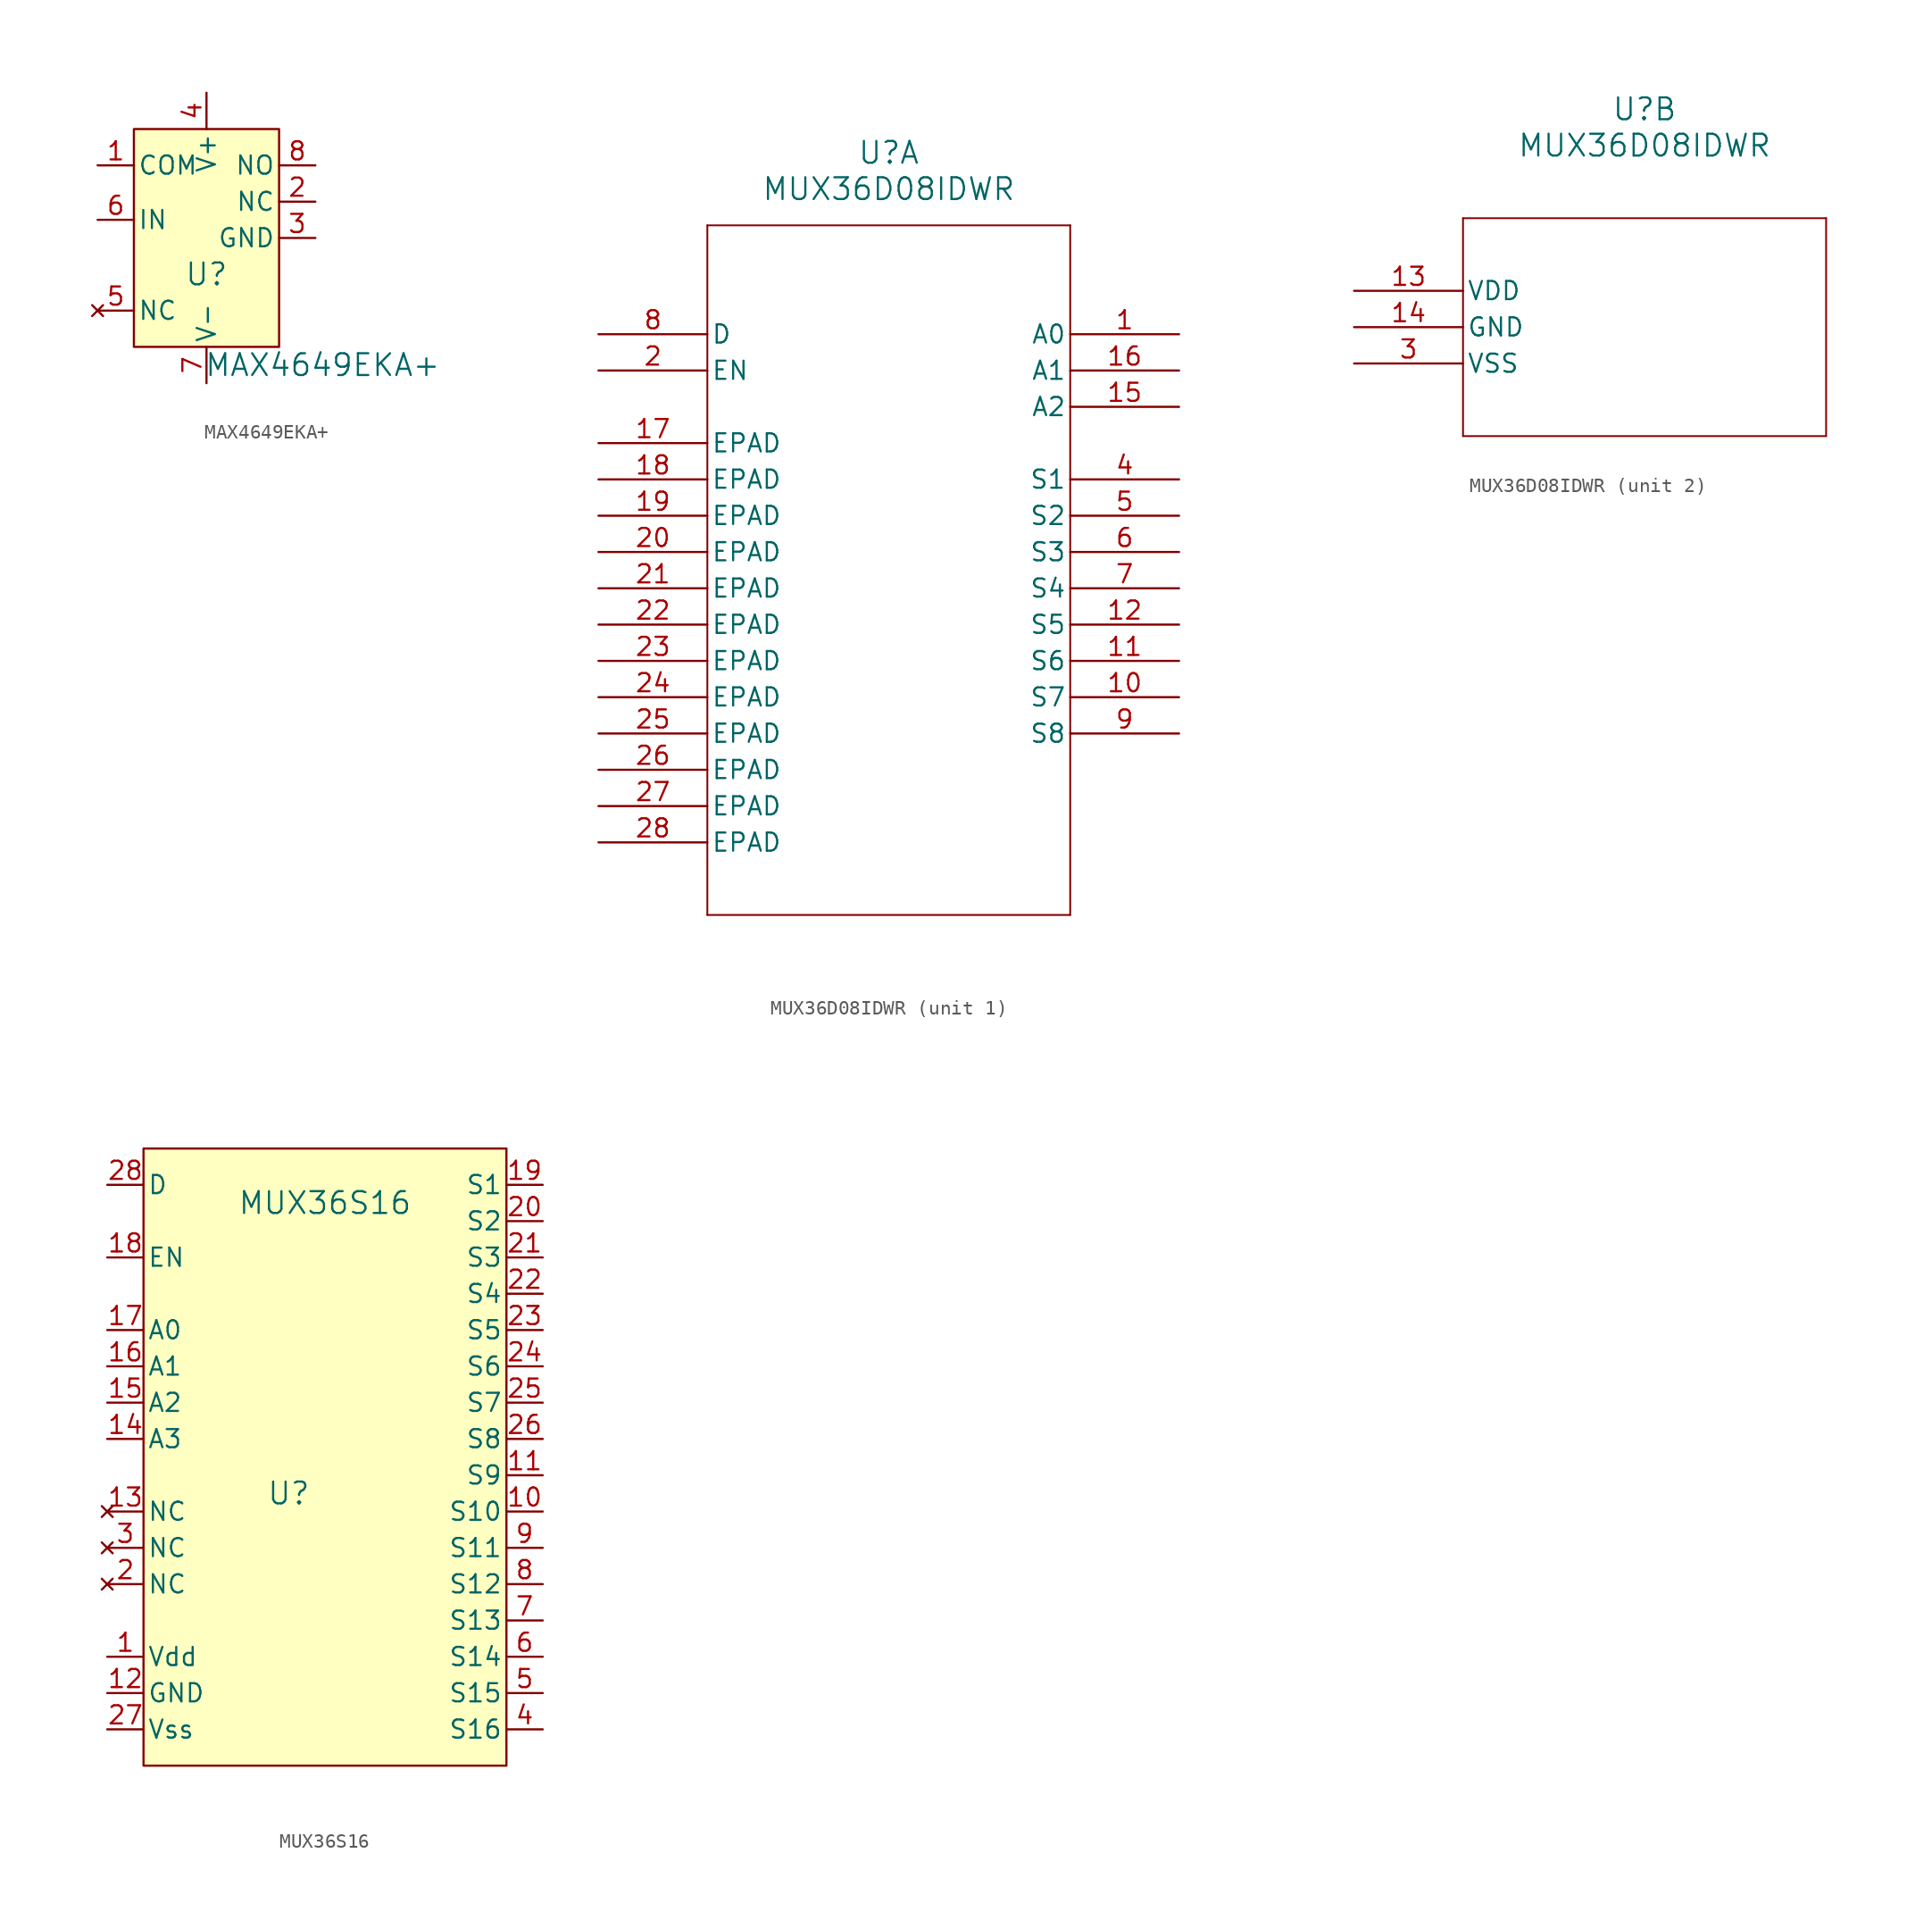
<source format=kicad_sym>
(kicad_symbol_lib
  (version 20241209)
  (generator "kicad_symbol_editor")
  (generator_version "9.0")
  (symbol "MAX4649EKA+"
    (pin_names
      (offset 0.254))
    (property "Reference" "U"
      (at 0 -2.54 0)
      (effects (font (size 1.524 1.524))))
    (property "Value" "MAX4649EKA+"
      (at 8.128 -8.89 0)
      (effects (font (size 1.524 1.524))))
    (symbol "MAX4649EKA+_0_1"
      (pin passive line (at -7.62 5.08 0) (length 2.54) (name "COM" (effects (font (size 1.27 1.27)))) (number "1" (effects (font (size 1.27 1.27)))))
      (pin input line (at -7.62 1.27 0) (length 2.54) (name "IN" (effects (font (size 1.27 1.27)))) (number "6" (effects (font (size 1.27 1.27)))))
      (pin no_connect line (at -7.62 -5.08 0) (length 2.54) (name "NC" (effects (font (size 1.27 1.27)))) (number "5" (effects (font (size 1.27 1.27)))))
      (pin power_in line (at 0 10.16 270) (length 2.54) (name "V+" (effects (font (size 1.27 1.27)))) (number "4" (effects (font (size 1.27 1.27)))))
      (pin power_in line (at 0 -10.16 90) (length 2.54) (name "V-" (effects (font (size 1.27 1.27)))) (number "7" (effects (font (size 1.27 1.27)))))
      (pin passive line (at 7.62 5.08 180) (length 2.54) (name "NO" (effects (font (size 1.27 1.27)))) (number "8" (effects (font (size 1.27 1.27)))))
      (pin passive line (at 7.62 2.54 180) (length 2.54) (name "NC" (effects (font (size 1.27 1.27)))) (number "2" (effects (font (size 1.27 1.27)))))
      (pin power_in line (at 7.62 0 180) (length 2.54) (name "GND" (effects (font (size 1.27 1.27)))) (number "3" (effects (font (size 1.27 1.27))))))
    (symbol "MAX4649EKA+_1_1"
      (rectangle (start -5.08 7.62) (end 5.08 -7.62) (stroke (width 0) (type default)) (fill (type background)))))
  (symbol "MUX36D08IDWR"
    (pin_names
      (offset 0.254))
    (property "Reference" "U"
      (at 20.32 12.7 0)
      (effects (font (size 1.524 1.524))))
    (property "Value" "MUX36D08IDWR"
      (at 20.32 10.16 0)
      (effects (font (size 1.524 1.524))))
    (property "ki_locked" ""
      (at 0 0 0)
      (effects (font (size 1.27 1.27))))
    (symbol "MUX36D08IDWR_1_1"
      (polyline (pts (xy 7.62 7.62) (xy 7.62 -40.64)) (stroke (width 0.127) (type default)) (fill (type none)))
      (polyline (pts (xy 7.62 -40.64) (xy 33.02 -40.64)) (stroke (width 0.127) (type default)) (fill (type none)))
      (polyline (pts (xy 33.02 7.62) (xy 7.62 7.62)) (stroke (width 0.127) (type default)) (fill (type none)))
      (polyline (pts (xy 33.02 -40.64) (xy 33.02 7.62)) (stroke (width 0.127) (type default)) (fill (type none)))
      (pin unspecified line (at 0 0 0) (length 7.62) (name "D" (effects (font (size 1.27 1.27)))) (number "8" (effects (font (size 1.27 1.27)))))
      (pin unspecified line (at 0 -2.54 0) (length 7.62) (name "EN" (effects (font (size 1.27 1.27)))) (number "2" (effects (font (size 1.27 1.27)))))
      (pin unspecified line (at 0 -7.62 0) (length 7.62) (name "EPAD" (effects (font (size 1.27 1.27)))) (number "17" (effects (font (size 1.27 1.27)))))
      (pin unspecified line (at 0 -10.16 0) (length 7.62) (name "EPAD" (effects (font (size 1.27 1.27)))) (number "18" (effects (font (size 1.27 1.27)))))
      (pin unspecified line (at 0 -12.7 0) (length 7.62) (name "EPAD" (effects (font (size 1.27 1.27)))) (number "19" (effects (font (size 1.27 1.27)))))
      (pin unspecified line (at 0 -15.24 0) (length 7.62) (name "EPAD" (effects (font (size 1.27 1.27)))) (number "20" (effects (font (size 1.27 1.27)))))
      (pin unspecified line (at 0 -17.78 0) (length 7.62) (name "EPAD" (effects (font (size 1.27 1.27)))) (number "21" (effects (font (size 1.27 1.27)))))
      (pin unspecified line (at 0 -20.32 0) (length 7.62) (name "EPAD" (effects (font (size 1.27 1.27)))) (number "22" (effects (font (size 1.27 1.27)))))
      (pin unspecified line (at 0 -22.86 0) (length 7.62) (name "EPAD" (effects (font (size 1.27 1.27)))) (number "23" (effects (font (size 1.27 1.27)))))
      (pin unspecified line (at 0 -25.4 0) (length 7.62) (name "EPAD" (effects (font (size 1.27 1.27)))) (number "24" (effects (font (size 1.27 1.27)))))
      (pin unspecified line (at 0 -27.94 0) (length 7.62) (name "EPAD" (effects (font (size 1.27 1.27)))) (number "25" (effects (font (size 1.27 1.27)))))
      (pin unspecified line (at 0 -30.48 0) (length 7.62) (name "EPAD" (effects (font (size 1.27 1.27)))) (number "26" (effects (font (size 1.27 1.27)))))
      (pin unspecified line (at 0 -33.02 0) (length 7.62) (name "EPAD" (effects (font (size 1.27 1.27)))) (number "27" (effects (font (size 1.27 1.27)))))
      (pin unspecified line (at 0 -35.56 0) (length 7.62) (name "EPAD" (effects (font (size 1.27 1.27)))) (number "28" (effects (font (size 1.27 1.27)))))
      (pin bidirectional line (at 40.64 0 180) (length 7.62) (name "A0" (effects (font (size 1.27 1.27)))) (number "1" (effects (font (size 1.27 1.27)))))
      (pin bidirectional line (at 40.64 -2.54 180) (length 7.62) (name "A1" (effects (font (size 1.27 1.27)))) (number "16" (effects (font (size 1.27 1.27)))))
      (pin bidirectional line (at 40.64 -5.08 180) (length 7.62) (name "A2" (effects (font (size 1.27 1.27)))) (number "15" (effects (font (size 1.27 1.27)))))
      (pin bidirectional line (at 40.64 -10.16 180) (length 7.62) (name "S1" (effects (font (size 1.27 1.27)))) (number "4" (effects (font (size 1.27 1.27)))))
      (pin bidirectional line (at 40.64 -12.7 180) (length 7.62) (name "S2" (effects (font (size 1.27 1.27)))) (number "5" (effects (font (size 1.27 1.27)))))
      (pin bidirectional line (at 40.64 -15.24 180) (length 7.62) (name "S3" (effects (font (size 1.27 1.27)))) (number "6" (effects (font (size 1.27 1.27)))))
      (pin bidirectional line (at 40.64 -17.78 180) (length 7.62) (name "S4" (effects (font (size 1.27 1.27)))) (number "7" (effects (font (size 1.27 1.27)))))
      (pin bidirectional line (at 40.64 -20.32 180) (length 7.62) (name "S5" (effects (font (size 1.27 1.27)))) (number "12" (effects (font (size 1.27 1.27)))))
      (pin bidirectional line (at 40.64 -22.86 180) (length 7.62) (name "S6" (effects (font (size 1.27 1.27)))) (number "11" (effects (font (size 1.27 1.27)))))
      (pin bidirectional line (at 40.64 -25.4 180) (length 7.62) (name "S7" (effects (font (size 1.27 1.27)))) (number "10" (effects (font (size 1.27 1.27)))))
      (pin bidirectional line (at 40.64 -27.94 180) (length 7.62) (name "S8" (effects (font (size 1.27 1.27)))) (number "9" (effects (font (size 1.27 1.27))))))
    (symbol "MUX36D08IDWR_2_1"
      (polyline (pts (xy 7.62 5.08) (xy 7.62 -10.16)) (stroke (width 0.127) (type default)) (fill (type none)))
      (polyline (pts (xy 7.62 -10.16) (xy 33.02 -10.16)) (stroke (width 0.127) (type default)) (fill (type none)))
      (polyline (pts (xy 33.02 5.08) (xy 7.62 5.08)) (stroke (width 0.127) (type default)) (fill (type none)))
      (polyline (pts (xy 33.02 -10.16) (xy 33.02 5.08)) (stroke (width 0.127) (type default)) (fill (type none)))
      (pin power_in line (at 0 0 0) (length 7.62) (name "VDD" (effects (font (size 1.27 1.27)))) (number "13" (effects (font (size 1.27 1.27)))))
      (pin power_out line (at 0 -2.54 0) (length 7.62) (name "GND" (effects (font (size 1.27 1.27)))) (number "14" (effects (font (size 1.27 1.27)))))
      (pin power_out line (at 0 -5.08 0) (length 7.62) (name "VSS" (effects (font (size 1.27 1.27)))) (number "3" (effects (font (size 1.27 1.27)))))))
  (symbol "MUX36S16"
    (pin_names
      (offset 0.254))
    (property "Reference" "U"
      (at -2.54 -2.54 0)
      (effects (font (size 1.524 1.524))))
    (property "Value" "MUX36S16"
      (at 0 17.78 0)
      (effects (font (size 1.524 1.524))))
    (symbol "MUX36S16_1_1"
      (rectangle (start -12.7 21.59) (end 12.7 -21.59) (stroke (width 0) (type default)) (fill (type background)))
      (pin passive line (at -15.24 19.05 0) (length 2.54) (name "D" (effects (font (size 1.27 1.27)))) (number "28" (effects (font (size 1.27 1.27)))))
      (pin input line (at -15.24 13.97 0) (length 2.54) (name "EN" (effects (font (size 1.27 1.27)))) (number "18" (effects (font (size 1.27 1.27)))))
      (pin input line (at -15.24 8.89 0) (length 2.54) (name "A0" (effects (font (size 1.27 1.27)))) (number "17" (effects (font (size 1.27 1.27)))))
      (pin input line (at -15.24 6.35 0) (length 2.54) (name "A1" (effects (font (size 1.27 1.27)))) (number "16" (effects (font (size 1.27 1.27)))))
      (pin input line (at -15.24 3.81 0) (length 2.54) (name "A2" (effects (font (size 1.27 1.27)))) (number "15" (effects (font (size 1.27 1.27)))))
      (pin input line (at -15.24 1.27 0) (length 2.54) (name "A3" (effects (font (size 1.27 1.27)))) (number "14" (effects (font (size 1.27 1.27)))))
      (pin no_connect line (at -15.24 -3.81 0) (length 2.54) (name "NC" (effects (font (size 1.27 1.27)))) (number "13" (effects (font (size 1.27 1.27)))))
      (pin no_connect line (at -15.24 -6.35 0) (length 2.54) (name "NC" (effects (font (size 1.27 1.27)))) (number "3" (effects (font (size 1.27 1.27)))))
      (pin no_connect line (at -15.24 -8.89 0) (length 2.54) (name "NC" (effects (font (size 1.27 1.27)))) (number "2" (effects (font (size 1.27 1.27)))))
      (pin power_in line (at -15.24 -13.97 0) (length 2.54) (name "Vdd" (effects (font (size 1.27 1.27)))) (number "1" (effects (font (size 1.27 1.27)))))
      (pin power_in line (at -15.24 -16.51 0) (length 2.54) (name "GND" (effects (font (size 1.27 1.27)))) (number "12" (effects (font (size 1.27 1.27)))))
      (pin power_in line (at -15.24 -19.05 0) (length 2.54) (name "Vss" (effects (font (size 1.27 1.27)))) (number "27" (effects (font (size 1.27 1.27)))))
      (pin passive line (at 15.24 19.05 180) (length 2.54) (name "S1" (effects (font (size 1.27 1.27)))) (number "19" (effects (font (size 1.27 1.27)))))
      (pin passive line (at 15.24 16.51 180) (length 2.54) (name "S2" (effects (font (size 1.27 1.27)))) (number "20" (effects (font (size 1.27 1.27)))))
      (pin passive line (at 15.24 13.97 180) (length 2.54) (name "S3" (effects (font (size 1.27 1.27)))) (number "21" (effects (font (size 1.27 1.27)))))
      (pin passive line (at 15.24 11.43 180) (length 2.54) (name "S4" (effects (font (size 1.27 1.27)))) (number "22" (effects (font (size 1.27 1.27)))))
      (pin passive line (at 15.24 8.89 180) (length 2.54) (name "S5" (effects (font (size 1.27 1.27)))) (number "23" (effects (font (size 1.27 1.27)))))
      (pin passive line (at 15.24 6.35 180) (length 2.54) (name "S6" (effects (font (size 1.27 1.27)))) (number "24" (effects (font (size 1.27 1.27)))))
      (pin passive line (at 15.24 3.81 180) (length 2.54) (name "S7" (effects (font (size 1.27 1.27)))) (number "25" (effects (font (size 1.27 1.27)))))
      (pin passive line (at 15.24 1.27 180) (length 2.54) (name "S8" (effects (font (size 1.27 1.27)))) (number "26" (effects (font (size 1.27 1.27)))))
      (pin passive line (at 15.24 -1.27 180) (length 2.54) (name "S9" (effects (font (size 1.27 1.27)))) (number "11" (effects (font (size 1.27 1.27)))))
      (pin passive line (at 15.24 -3.81 180) (length 2.54) (name "S10" (effects (font (size 1.27 1.27)))) (number "10" (effects (font (size 1.27 1.27)))))
      (pin passive line (at 15.24 -6.35 180) (length 2.54) (name "S11" (effects (font (size 1.27 1.27)))) (number "9" (effects (font (size 1.27 1.27)))))
      (pin passive line (at 15.24 -8.89 180) (length 2.54) (name "S12" (effects (font (size 1.27 1.27)))) (number "8" (effects (font (size 1.27 1.27)))))
      (pin passive line (at 15.24 -11.43 180) (length 2.54) (name "S13" (effects (font (size 1.27 1.27)))) (number "7" (effects (font (size 1.27 1.27)))))
      (pin passive line (at 15.24 -13.97 180) (length 2.54) (name "S14" (effects (font (size 1.27 1.27)))) (number "6" (effects (font (size 1.27 1.27)))))
      (pin passive line (at 15.24 -16.51 180) (length 2.54) (name "S15" (effects (font (size 1.27 1.27)))) (number "5" (effects (font (size 1.27 1.27)))))
      (pin passive line (at 15.24 -19.05 180) (length 2.54) (name "S16" (effects (font (size 1.27 1.27)))) (number "4" (effects (font (size 1.27 1.27))))))))
</source>
